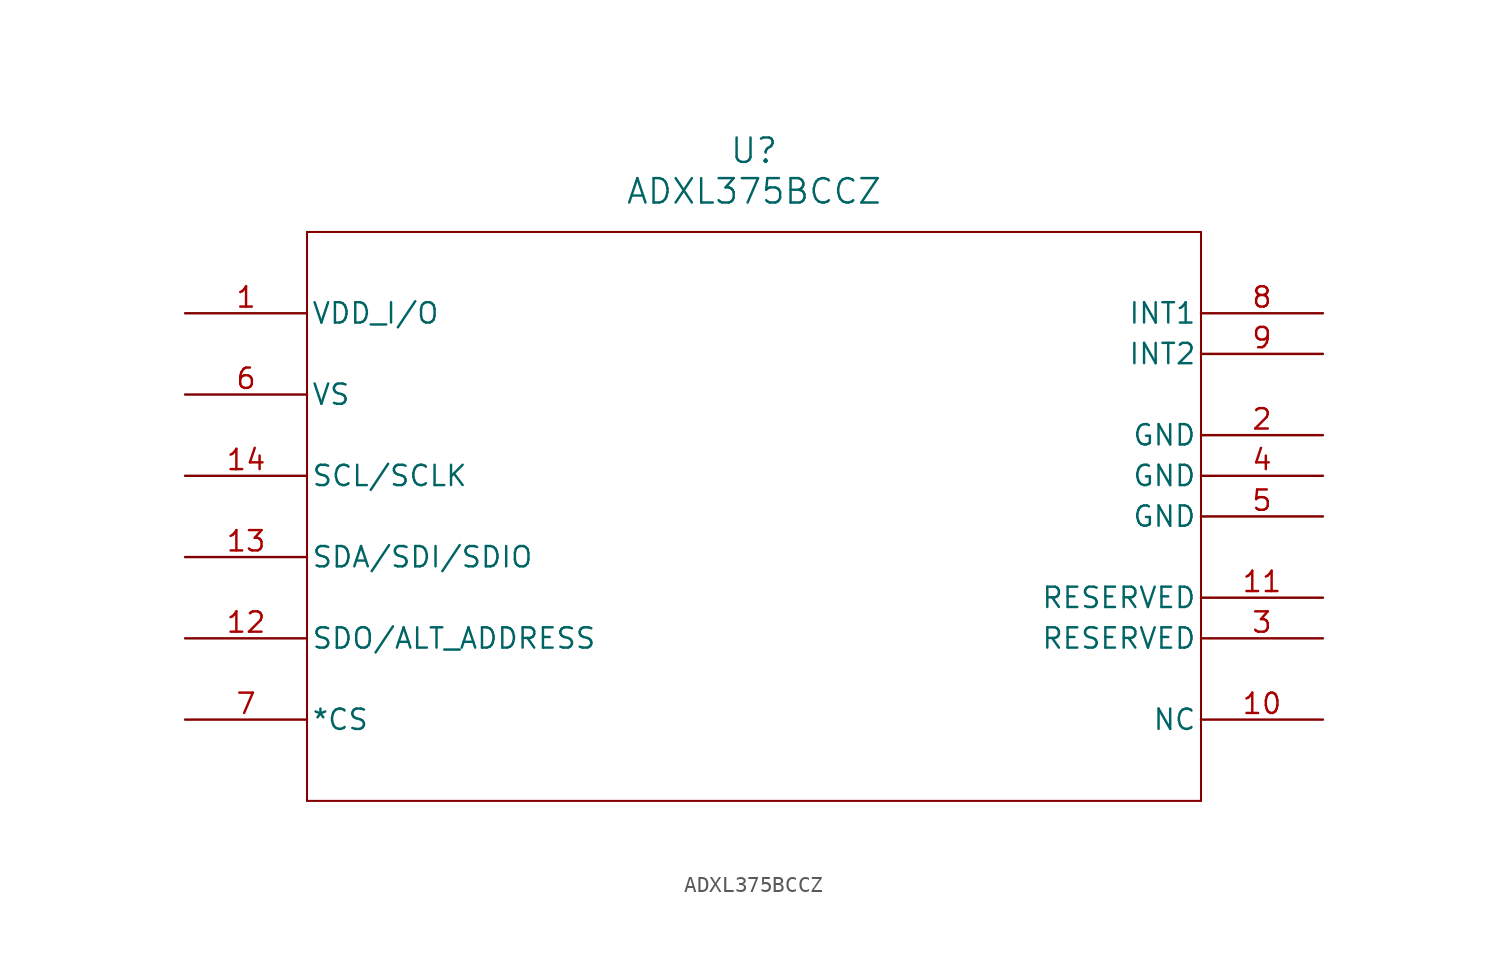
<source format=kicad_sym>
(kicad_symbol_lib
  (version 20211014)
  (generator kicad_symbol_editor)
  (symbol "ADXL375BCCZ"
    (pin_names
      (offset 0.254))
    (property "Reference" "U"
      (at 35.56 10.16 0)
      (effects (font (size 1.524 1.524))))
    (property "Value" "ADXL375BCCZ"
      (at 35.56 7.62 0)
      (effects (font (size 1.524 1.524))))
    (symbol "ADXL375BCCZ_0_1"
      (polyline (pts (xy 7.62 5.08) (xy 7.62 -30.48)) (stroke (width 0.127) (type default) (color 0 0 0 0)) (fill (type none)))
      (polyline (pts (xy 7.62 -30.48) (xy 63.5 -30.48)) (stroke (width 0.127) (type default) (color 0 0 0 0)) (fill (type none)))
      (polyline (pts (xy 63.5 -30.48) (xy 63.5 5.08)) (stroke (width 0.127) (type default) (color 0 0 0 0)) (fill (type none)))
      (polyline (pts (xy 63.5 5.08) (xy 7.62 5.08)) (stroke (width 0.127) (type default) (color 0 0 0 0)) (fill (type none)))
      (pin unspecified line (at 0 -25.4 0) (length 7.62) (name "*CS" (effects (font (size 1.27 1.27)))) (number "7" (effects (font (size 1.27 1.27)))))
      (pin unspecified line (at 71.12 -7.62 180) (length 7.62) (name "GND" (effects (font (size 1.27 1.27)))) (number "2" (effects (font (size 1.27 1.27)))))
      (pin unspecified line (at 71.12 -10.16 180) (length 7.62) (name "GND" (effects (font (size 1.27 1.27)))) (number "4" (effects (font (size 1.27 1.27)))))
      (pin unspecified line (at 71.12 -12.7 180) (length 7.62) (name "GND" (effects (font (size 1.27 1.27)))) (number "5" (effects (font (size 1.27 1.27)))))
      (pin unspecified line (at 71.12 0 180) (length 7.62) (name "INT1" (effects (font (size 1.27 1.27)))) (number "8" (effects (font (size 1.27 1.27)))))
      (pin unspecified line (at 71.12 -2.54 180) (length 7.62) (name "INT2" (effects (font (size 1.27 1.27)))) (number "9" (effects (font (size 1.27 1.27)))))
      (pin unspecified line (at 71.12 -25.4 180) (length 7.62) (name "NC" (effects (font (size 1.27 1.27)))) (number "10" (effects (font (size 1.27 1.27)))))
      (pin unspecified line (at 71.12 -20.32 180) (length 7.62) (name "RESERVED" (effects (font (size 1.27 1.27)))) (number "3" (effects (font (size 1.27 1.27)))))
      (pin unspecified line (at 71.12 -17.78 180) (length 7.62) (name "RESERVED" (effects (font (size 1.27 1.27)))) (number "11" (effects (font (size 1.27 1.27)))))
      (pin unspecified line (at 0 -10.16 0) (length 7.62) (name "SCL/SCLK" (effects (font (size 1.27 1.27)))) (number "14" (effects (font (size 1.27 1.27)))))
      (pin unspecified line (at 0 -15.24 0) (length 7.62) (name "SDA/SDI/SDIO" (effects (font (size 1.27 1.27)))) (number "13" (effects (font (size 1.27 1.27)))))
      (pin unspecified line (at 0 -20.32 0) (length 7.62) (name "SDO/ALT ADDRESS" (effects (font (size 1.27 1.27)))) (number "12" (effects (font (size 1.27 1.27)))))
      (pin unspecified line (at 0 0 0) (length 7.62) (name "VDD I/O" (effects (font (size 1.27 1.27)))) (number "1" (effects (font (size 1.27 1.27)))))
      (pin unspecified line (at 0 -5.08 0) (length 7.62) (name "VS" (effects (font (size 1.27 1.27)))) (number "6" (effects (font (size 1.27 1.27))))))))
</source>
